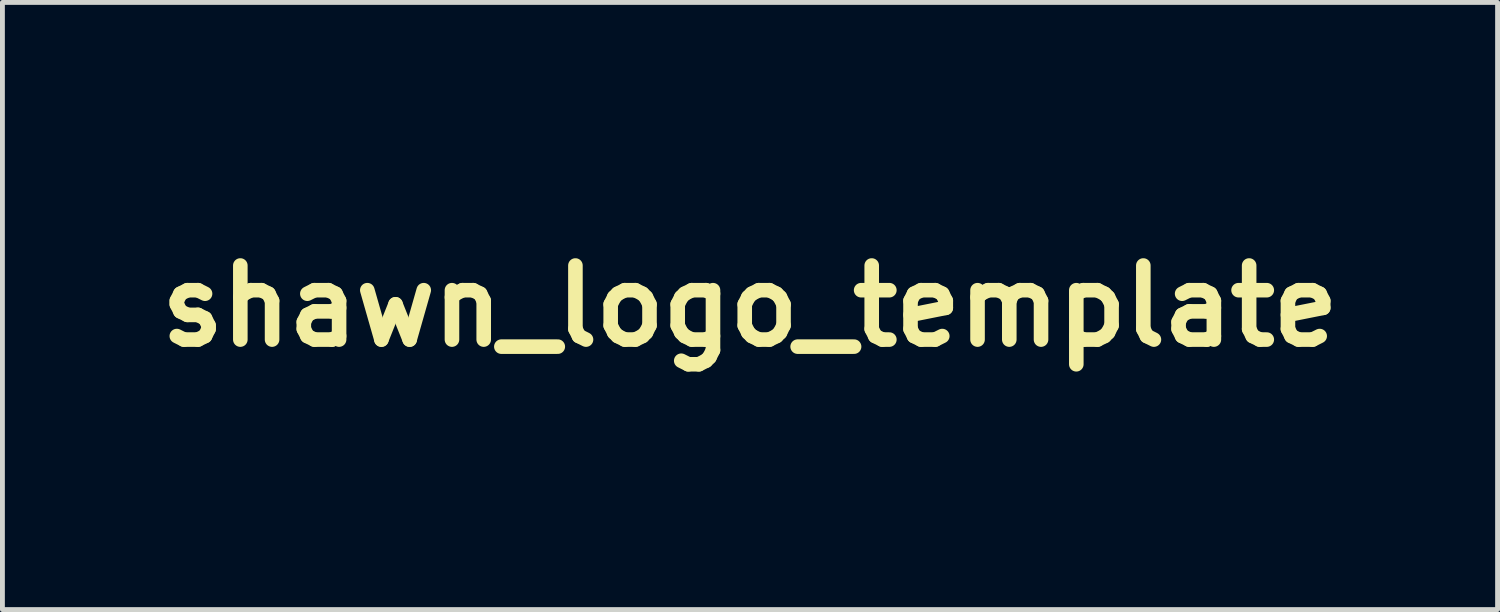
<source format=kicad_pcb>
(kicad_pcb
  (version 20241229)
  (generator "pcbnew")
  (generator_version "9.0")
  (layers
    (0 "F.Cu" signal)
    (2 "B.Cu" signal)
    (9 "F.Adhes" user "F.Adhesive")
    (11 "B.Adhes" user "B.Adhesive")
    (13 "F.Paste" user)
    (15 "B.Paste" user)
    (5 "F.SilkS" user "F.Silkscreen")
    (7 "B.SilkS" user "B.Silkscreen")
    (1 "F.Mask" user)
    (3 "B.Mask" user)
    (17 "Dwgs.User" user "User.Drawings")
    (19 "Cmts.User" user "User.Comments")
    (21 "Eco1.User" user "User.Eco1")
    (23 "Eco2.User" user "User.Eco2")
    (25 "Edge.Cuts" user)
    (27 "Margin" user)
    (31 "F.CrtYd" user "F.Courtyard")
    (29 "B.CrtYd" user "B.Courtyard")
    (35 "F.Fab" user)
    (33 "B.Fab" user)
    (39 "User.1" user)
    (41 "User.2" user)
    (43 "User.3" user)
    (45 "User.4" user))
  (footprint "shawn_logo_template"
    (layer "F.Cu")
    (at 12.381 3.247)
    (property "Reference" "shawn_logo_template" (at 0 0 0) (layer "F.SilkS") (effects (font (size 1.524 1.524) (thickness 0.3))))
    (attr through_hole)
    (fp_poly (pts (xy -1.019 0.171) (xy -0.99 0.189) (xy -0.968 0.225) (xy -0.949 0.28) (xy -0.94 0.319) (xy -0.9 0.453) (xy -0.842 0.584) (xy -0.768 0.705) (xy -0.687 0.804) (xy -0.609 0.876) (xy -0.512 0.947) (xy -0.406 1.011) (xy -0.297 1.065) (xy -0.235 1.089) (xy -0.145 1.117) (xy -0.067 1.132) (xy 0.006 1.133) (xy 0.083 1.121) (xy 0.168 1.095) (xy 0.227 1.072) (xy 0.376 1) (xy 0.51 0.911) (xy 0.628 0.806) (xy 0.727 0.688) (xy 0.806 0.559) (xy 0.863 0.42) (xy 0.892 0.307) (xy 0.907 0.248) (xy 0.928 0.205) (xy 0.935 0.196) (xy 0.974 0.171) (xy 1.018 0.166) (xy 1.062 0.178) (xy 1.099 0.206) (xy 1.122 0.248) (xy 1.124 0.255) (xy 1.126 0.306) (xy 1.116 0.373) (xy 1.094 0.452) (xy 1.062 0.54) (xy 1.023 0.631) (xy 0.978 0.721) (xy 0.928 0.806) (xy 0.913 0.828) (xy 0.834 0.928) (xy 0.738 1.023) (xy 0.63 1.109) (xy 0.513 1.186) (xy 0.39 1.252) (xy 0.265 1.304) (xy 0.142 1.341) (xy 0.024 1.361) (xy -0.085 1.363) (xy -0.125 1.358) (xy -0.248 1.328) (xy -0.376 1.28) (xy -0.505 1.219) (xy -0.628 1.146) (xy -0.742 1.065) (xy -0.84 0.979) (xy -0.911 0.899) (xy -0.988 0.788) (xy -1.055 0.669) (xy -1.11 0.547) (xy -1.15 0.43) (xy -1.167 0.352) (xy -1.175 0.303) (xy -1.175 0.269) (xy -1.169 0.244) (xy -1.162 0.229) (xy -1.13 0.188) (xy -1.086 0.168) (xy -1.056 0.165) (xy -1.019 0.171)) (stroke (width 0.01) (type solid)) (fill no) (layer "Eco1.User"))
    (fp_poly (pts (xy 0.713 1.443) (xy 0.731 1.45) (xy 0.779 1.487) (xy 0.812 1.543) (xy 0.831 1.618) (xy 0.834 1.709) (xy 0.823 1.814) (xy 0.822 1.818) (xy 0.812 1.878) (xy 0.808 1.923) (xy 0.809 1.964) (xy 0.815 2.012) (xy 0.821 2.051) (xy 0.834 2.157) (xy 0.831 2.246) (xy 0.814 2.324) (xy 0.803 2.353) (xy 0.774 2.4) (xy 0.737 2.427) (xy 0.687 2.435) (xy 0.622 2.428) (xy 0.497 2.389) (xy 0.373 2.326) (xy 0.251 2.239) (xy 0.166 2.163) (xy 0.118 2.117) (xy 0.084 2.088) (xy 0.06 2.073) (xy 0.044 2.069) (xy 0.037 2.071) (xy 0.003 2.08) (xy -0.039 2.082) (xy -0.076 2.076) (xy -0.088 2.071) (xy -0.102 2.07) (xy -0.124 2.083) (xy -0.158 2.11) (xy -0.206 2.154) (xy -0.219 2.166) (xy -0.272 2.214) (xy -0.33 2.262) (xy -0.384 2.302) (xy -0.417 2.324) (xy -0.504 2.37) (xy -0.588 2.404) (xy -0.665 2.426) (xy -0.732 2.434) (xy -0.785 2.427) (xy -0.801 2.42) (xy -0.832 2.397) (xy -0.854 2.363) (xy -0.867 2.317) (xy -0.873 2.254) (xy -0.872 2.171) (xy -0.871 2.138) (xy -0.867 2.068) (xy -0.865 2.014) (xy -0.864 1.97) (xy -0.863 1.927) (xy -0.864 1.881) (xy -0.866 1.823) (xy -0.87 1.748) (xy -0.87 1.734) (xy -0.873 1.648) (xy -0.87 1.584) (xy -0.861 1.536) (xy -0.844 1.502) (xy -0.818 1.476) (xy -0.785 1.456) (xy -0.76 1.445) (xy -0.739 1.44) (xy -0.714 1.442) (xy -0.678 1.45) (xy -0.641 1.46) (xy -0.516 1.504) (xy -0.399 1.567) (xy -0.286 1.65) (xy -0.199 1.73) (xy -0.112 1.817) (xy -0.069 1.801) (xy -0.031 1.792) (xy 0.005 1.797) (xy 0.02 1.802) (xy 0.066 1.819) (xy 0.144 1.739) (xy 0.262 1.631) (xy 0.381 1.548) (xy 0.502 1.488) (xy 0.605 1.455) (xy 0.656 1.444) (xy 0.689 1.44) (xy 0.713 1.443)) (stroke (width 0.01) (type solid)) (fill no) (layer "Eco1.User"))
    (fp_poly (pts (xy 0.128 -2.338) (xy 0.225 -2.33) (xy 0.298 -2.319) (xy 0.483 -2.27) (xy 0.657 -2.199) (xy 0.817 -2.107) (xy 0.964 -1.993) (xy 1.098 -1.859) (xy 1.217 -1.704) (xy 1.32 -1.531) (xy 1.409 -1.338) (xy 1.409 -1.337) (xy 1.443 -1.248) (xy 1.467 -1.18) (xy 1.479 -1.129) (xy 1.481 -1.094) (xy 1.473 -1.072) (xy 1.453 -1.059) (xy 1.422 -1.055) (xy 1.404 -1.054) (xy 1.35 -1.054) (xy 1.308 -0.918) (xy 1.285 -0.845) (xy 1.264 -0.794) (xy 1.246 -0.763) (xy 1.227 -0.748) (xy 1.207 -0.747) (xy 1.198 -0.75) (xy 1.183 -0.761) (xy 1.172 -0.783) (xy 1.164 -0.821) (xy 1.158 -0.876) (xy 1.153 -0.952) (xy 1.152 -0.974) (xy 1.149 -1.053) (xy 1.086 -1.068) (xy 0.958 -1.103) (xy 0.828 -1.149) (xy 0.704 -1.202) (xy 0.59 -1.26) (xy 0.494 -1.32) (xy 0.473 -1.334) (xy 0.434 -1.363) (xy 0.406 -1.377) (xy 0.381 -1.381) (xy 0.358 -1.379) (xy 0.213 -1.362) (xy 0.056 -1.355) (xy -0.106 -1.359) (xy -0.268 -1.372) (xy -0.422 -1.394) (xy -0.564 -1.425) (xy -0.661 -1.454) (xy -0.69 -1.463) (xy -0.711 -1.464) (xy -0.733 -1.454) (xy -0.765 -1.431) (xy -0.77 -1.427) (xy -0.853 -1.351) (xy -0.928 -1.255) (xy -0.997 -1.137) (xy -1.06 -0.996) (xy -1.117 -0.832) (xy -1.132 -0.782) (xy -1.149 -0.728) (xy -1.165 -0.684) (xy -1.178 -0.654) (xy -1.185 -0.645) (xy -1.215 -0.636) (xy -1.24 -0.651) (xy -1.249 -0.664) (xy -1.268 -0.703) (xy -1.288 -0.761) (xy -1.31 -0.835) (xy -1.33 -0.916) (xy -1.349 -1.002) (xy -1.365 -1.085) (xy -1.376 -1.16) (xy -1.38 -1.201) (xy -1.383 -1.26) (xy -1.382 -1.301) (xy -1.377 -1.334) (xy -1.366 -1.366) (xy -1.361 -1.375) (xy -1.336 -1.42) (xy -1.302 -1.467) (xy -1.286 -1.484) (xy -1.241 -1.524) (xy -1.181 -1.568) (xy -1.114 -1.613) (xy -1.048 -1.652) (xy -0.996 -1.678) (xy -0.962 -1.694) (xy -0.947 -1.708) (xy -0.945 -1.727) (xy -0.949 -1.75) (xy -0.96 -1.851) (xy -0.948 -1.942) (xy -0.913 -2.024) (xy -0.856 -2.097) (xy -0.775 -2.162) (xy -0.67 -2.218) (xy -0.542 -2.265) (xy -0.39 -2.304) (xy -0.273 -2.325) (xy -0.187 -2.335) (xy -0.086 -2.341) (xy 0.021 -2.341) (xy 0.128 -2.338)) (stroke (width 0.01) (type solid)) (fill no) (layer "Eco1.User"))
    (fp_poly (pts (xy -0.53 -0.859) (xy -0.425 -0.833) (xy -0.328 -0.786) (xy -0.242 -0.716) (xy -0.215 -0.688) (xy -0.161 -0.625) (xy -0.119 -0.643) (xy -0.073 -0.654) (xy -0.014 -0.66) (xy 0.048 -0.658) (xy 0.101 -0.65) (xy 0.113 -0.646) (xy 0.134 -0.64) (xy 0.151 -0.641) (xy 0.17 -0.653) (xy 0.197 -0.678) (xy 0.222 -0.704) (xy 0.31 -0.778) (xy 0.377 -0.816) (xy 0.42 -0.835) (xy 0.455 -0.847) (xy 0.491 -0.854) (xy 0.537 -0.857) (xy 0.591 -0.857) (xy 0.651 -0.857) (xy 0.695 -0.854) (xy 0.729 -0.847) (xy 0.763 -0.834) (xy 0.8 -0.816) (xy 0.893 -0.759) (xy 0.971 -0.687) (xy 1.031 -0.606) (xy 1.068 -0.523) (xy 1.08 -0.49) (xy 1.094 -0.474) (xy 1.118 -0.47) (xy 1.129 -0.469) (xy 1.182 -0.458) (xy 1.22 -0.427) (xy 1.242 -0.38) (xy 1.245 -0.349) (xy 1.233 -0.31) (xy 1.204 -0.274) (xy 1.163 -0.249) (xy 1.125 -0.241) (xy 1.091 -0.237) (xy 1.079 -0.224) (xy 1.072 -0.193) (xy 1.051 -0.149) (xy 1.022 -0.099) (xy 0.988 -0.05) (xy 0.953 -0.008) (xy 0.939 0.006) (xy 0.851 0.073) (xy 0.756 0.117) (xy 0.658 0.141) (xy 0.559 0.144) (xy 0.462 0.128) (xy 0.37 0.094) (xy 0.286 0.043) (xy 0.213 -0.023) (xy 0.154 -0.105) (xy 0.111 -0.2) (xy 0.089 -0.304) (xy 0.081 -0.358) (xy 0.318 -0.358) (xy 0.327 -0.276) (xy 0.358 -0.208) (xy 0.383 -0.176) (xy 0.422 -0.138) (xy 0.464 -0.112) (xy 0.517 -0.093) (xy 0.584 -0.078) (xy 0.599 -0.08) (xy 0.63 -0.086) (xy 0.645 -0.089) (xy 0.72 -0.118) (xy 0.78 -0.163) (xy 0.825 -0.222) (xy 0.853 -0.288) (xy 0.863 -0.36) (xy 0.855 -0.431) (xy 0.827 -0.499) (xy 0.778 -0.559) (xy 0.766 -0.57) (xy 0.698 -0.612) (xy 0.625 -0.632) (xy 0.552 -0.631) (xy 0.483 -0.611) (xy 0.421 -0.574) (xy 0.371 -0.522) (xy 0.335 -0.457) (xy 0.318 -0.38) (xy 0.318 -0.358) (xy 0.081 -0.358) (xy 0.08 -0.364) (xy 0.068 -0.402) (xy 0.049 -0.423) (xy 0.021 -0.431) (xy 0.005 -0.432) (xy -0.04 -0.421) (xy -0.073 -0.39) (xy -0.089 -0.346) (xy -0.089 -0.337) (xy -0.1 -0.252) (xy -0.131 -0.162) (xy -0.178 -0.077) (xy -0.238 -0.002) (xy -0.241 0.001) (xy -0.328 0.071) (xy -0.427 0.119) (xy -0.534 0.144) (xy -0.646 0.145) (xy -0.689 0.14) (xy -0.79 0.109) (xy -0.883 0.057) (xy -0.964 -0.014) (xy -1.03 -0.102) (xy -1.079 -0.204) (xy -1.084 -0.219) (xy -1.102 -0.237) (xy -1.124 -0.241) (xy -1.176 -0.252) (xy -1.217 -0.28) (xy -1.245 -0.32) (xy -1.251 -0.355) (xy -0.87 -0.355) (xy -0.86 -0.281) (xy -0.831 -0.214) (xy -0.786 -0.159) (xy -0.728 -0.117) (xy -0.662 -0.091) (xy -0.588 -0.083) (xy -0.512 -0.097) (xy -0.47 -0.115) (xy -0.419 -0.149) (xy -0.373 -0.2) (xy -0.349 -0.235) (xy -0.333 -0.277) (xy -0.326 -0.333) (xy -0.326 -0.394) (xy -0.335 -0.449) (xy -0.346 -0.477) (xy -0.393 -0.541) (xy -0.457 -0.591) (xy -0.532 -0.624) (xy -0.607 -0.635) (xy -0.675 -0.623) (xy -0.74 -0.591) (xy -0.797 -0.541) (xy -0.841 -0.48) (xy -0.859 -0.436) (xy -0.87 -0.355) (xy -1.251 -0.355) (xy -1.253 -0.367) (xy -1.25 -0.386) (xy -1.228 -0.426) (xy -1.189 -0.456) (xy -1.141 -0.47) (xy -1.135 -0.47) (xy -1.11 -0.472) (xy -1.094 -0.482) (xy -1.081 -0.506) (xy -1.07 -0.534) (xy -1.026 -0.624) (xy -0.961 -0.706) (xy -0.881 -0.774) (xy -0.79 -0.824) (xy -0.751 -0.838) (xy -0.64 -0.861) (xy -0.53 -0.859)) (stroke (width 0.01) (type solid)) (fill no) (layer "Eco1.User"))
    (fp_poly (pts (xy 0.273 -3.233) (xy 0.519 -3.206) (xy 0.757 -3.16) (xy 0.993 -3.093) (xy 1.231 -3.005) (xy 1.329 -2.964) (xy 1.581 -2.839) (xy 1.82 -2.693) (xy 2.045 -2.527) (xy 2.254 -2.342) (xy 2.447 -2.141) (xy 2.621 -1.924) (xy 2.777 -1.693) (xy 2.913 -1.449) (xy 3.027 -1.192) (xy 3.119 -0.926) (xy 3.138 -0.859) (xy 3.198 -0.599) (xy 3.235 -0.334) (xy 3.251 -0.061) (xy 3.251 0.000379) (xy 3.239 0.288) (xy 3.202 0.57) (xy 3.14 0.846) (xy 3.054 1.116) (xy 2.945 1.378) (xy 2.811 1.632) (xy 2.654 1.876) (xy 2.587 1.968) (xy 2.535 2.033) (xy 2.468 2.109) (xy 2.39 2.193) (xy 2.306 2.279) (xy 2.219 2.364) (xy 2.135 2.442) (xy 2.058 2.511) (xy 1.992 2.566) (xy 1.981 2.574) (xy 1.747 2.735) (xy 1.511 2.873) (xy 1.268 2.988) (xy 1.017 3.081) (xy 0.753 3.155) (xy 0.486 3.208) (xy 0.446 3.213) (xy 0.39 3.218) (xy 0.32 3.222) (xy 0.241 3.227) (xy 0.157 3.231) (xy 0.072 3.234) (xy -0.01 3.237) (xy -0.086 3.239) (xy -0.15 3.239) (xy -0.201 3.239) (xy -0.232 3.237) (xy -0.241 3.235) (xy -0.256 3.231) (xy -0.289 3.226) (xy -0.331 3.222) (xy -0.382 3.217) (xy -0.446 3.208) (xy -0.514 3.198) (xy -0.54 3.194) (xy -0.81 3.136) (xy -1.074 3.054) (xy -1.331 2.949) (xy -1.579 2.823) (xy -1.815 2.677) (xy -2.037 2.513) (xy -2.244 2.33) (xy -2.432 2.132) (xy -2.463 2.095) (xy -2.625 1.884) (xy -2.772 1.66) (xy -2.9 1.428) (xy -3.007 1.191) (xy -3.091 0.953) (xy -3.091 0.953) (xy -3.114 0.873) (xy -3.136 0.785) (xy -3.158 0.695) (xy -3.176 0.611) (xy -3.189 0.54) (xy -3.194 0.508) (xy -3.2 0.464) (xy -3.206 0.427) (xy -3.208 0.413) (xy -3.211 0.392) (xy -3.214 0.35) (xy -3.218 0.294) (xy -3.222 0.227) (xy -3.224 0.191) (xy -3.228 0.083) (xy -3.228 0.017) (xy -2.998 0.017) (xy -2.997 0.093) (xy -2.996 0.163) (xy -2.995 0.222) (xy -2.993 0.264) (xy -2.992 0.279) (xy -2.986 0.32) (xy -2.98 0.369) (xy -2.978 0.387) (xy -2.96 0.504) (xy -2.935 0.632) (xy -2.904 0.762) (xy -2.871 0.884) (xy -2.846 0.959) (xy -2.828 1.011) (xy -2.81 1.064) (xy -2.8 1.092) (xy -2.763 1.186) (xy -2.712 1.294) (xy -2.65 1.412) (xy -2.58 1.533) (xy -2.505 1.653) (xy -2.427 1.768) (xy -2.383 1.828) (xy -2.332 1.892) (xy -2.267 1.966) (xy -2.193 2.047) (xy -2.114 2.128) (xy -2.035 2.206) (xy -1.961 2.276) (xy -1.896 2.333) (xy -1.873 2.351) (xy -1.645 2.515) (xy -1.413 2.654) (xy -1.175 2.769) (xy -0.929 2.862) (xy -0.672 2.933) (xy -0.403 2.983) (xy -0.349 2.99) (xy -0.257 2.999) (xy -0.147 3.005) (xy -0.027 3.007) (xy 0.095 3.007) (xy 0.211 3.003) (xy 0.313 2.996) (xy 0.357 2.991) (xy 0.634 2.944) (xy 0.902 2.874) (xy 1.159 2.782) (xy 1.406 2.668) (xy 1.64 2.532) (xy 1.86 2.377) (xy 2.066 2.201) (xy 2.256 2.006) (xy 2.429 1.793) (xy 2.52 1.664) (xy 2.663 1.426) (xy 2.782 1.179) (xy 2.878 0.924) (xy 2.949 0.662) (xy 2.997 0.393) (xy 3.02 0.119) (xy 3.018 -0.159) (xy 3.01 -0.278) (xy 2.973 -0.547) (xy 2.913 -0.809) (xy 2.831 -1.063) (xy 2.726 -1.307) (xy 2.601 -1.54) (xy 2.456 -1.76) (xy 2.293 -1.968) (xy 2.112 -2.16) (xy 1.914 -2.337) (xy 1.7 -2.496) (xy 1.472 -2.636) (xy 1.23 -2.757) (xy 0.987 -2.853) (xy 0.723 -2.93) (xy 0.455 -2.982) (xy 0.183 -3.01) (xy -0.091 -3.013) (xy -0.366 -2.991) (xy -0.54 -2.964) (xy -0.808 -2.902) (xy -1.069 -2.815) (xy -1.32 -2.705) (xy -1.561 -2.573) (xy -1.791 -2.418) (xy -1.911 -2.324) (xy -1.983 -2.261) (xy -2.063 -2.184) (xy -2.148 -2.098) (xy -2.232 -2.008) (xy -2.31 -1.921) (xy -2.375 -1.842) (xy -2.392 -1.819) (xy -2.534 -1.613) (xy -2.66 -1.396) (xy -2.767 -1.173) (xy -2.852 -0.948) (xy -2.877 -0.867) (xy -2.901 -0.78) (xy -2.924 -0.685) (xy -2.945 -0.589) (xy -2.963 -0.498) (xy -2.975 -0.421) (xy -2.978 -0.394) (xy -2.984 -0.344) (xy -2.989 -0.299) (xy -2.992 -0.273) (xy -2.994 -0.245) (xy -2.996 -0.196) (xy -2.997 -0.133) (xy -2.998 -0.06) (xy -2.998 0.017) (xy -3.228 0.017) (xy -3.229 -0.034) (xy -3.226 -0.153) (xy -3.221 -0.268) (xy -3.213 -0.373) (xy -3.203 -0.46) (xy -3.201 -0.476) (xy -3.142 -0.766) (xy -3.063 -1.041) (xy -2.962 -1.303) (xy -2.84 -1.553) (xy -2.695 -1.79) (xy -2.528 -2.016) (xy -2.339 -2.232) (xy -2.28 -2.293) (xy -2.066 -2.49) (xy -1.84 -2.664) (xy -1.603 -2.816) (xy -1.355 -2.946) (xy -1.097 -3.052) (xy -0.829 -3.135) (xy -0.553 -3.195) (xy -0.268 -3.23) (xy 0.013 -3.242) (xy 0.273 -3.233)) (stroke (width 0.01) (type solid)) (fill no) (layer "Eco1.User")))
  (gr_rect
    (start -3 -3)
    (end 27.761 9.491)
    (stroke (width 0.1) (type default))
    (fill no)
    (layer "Edge.Cuts")))
</source>
